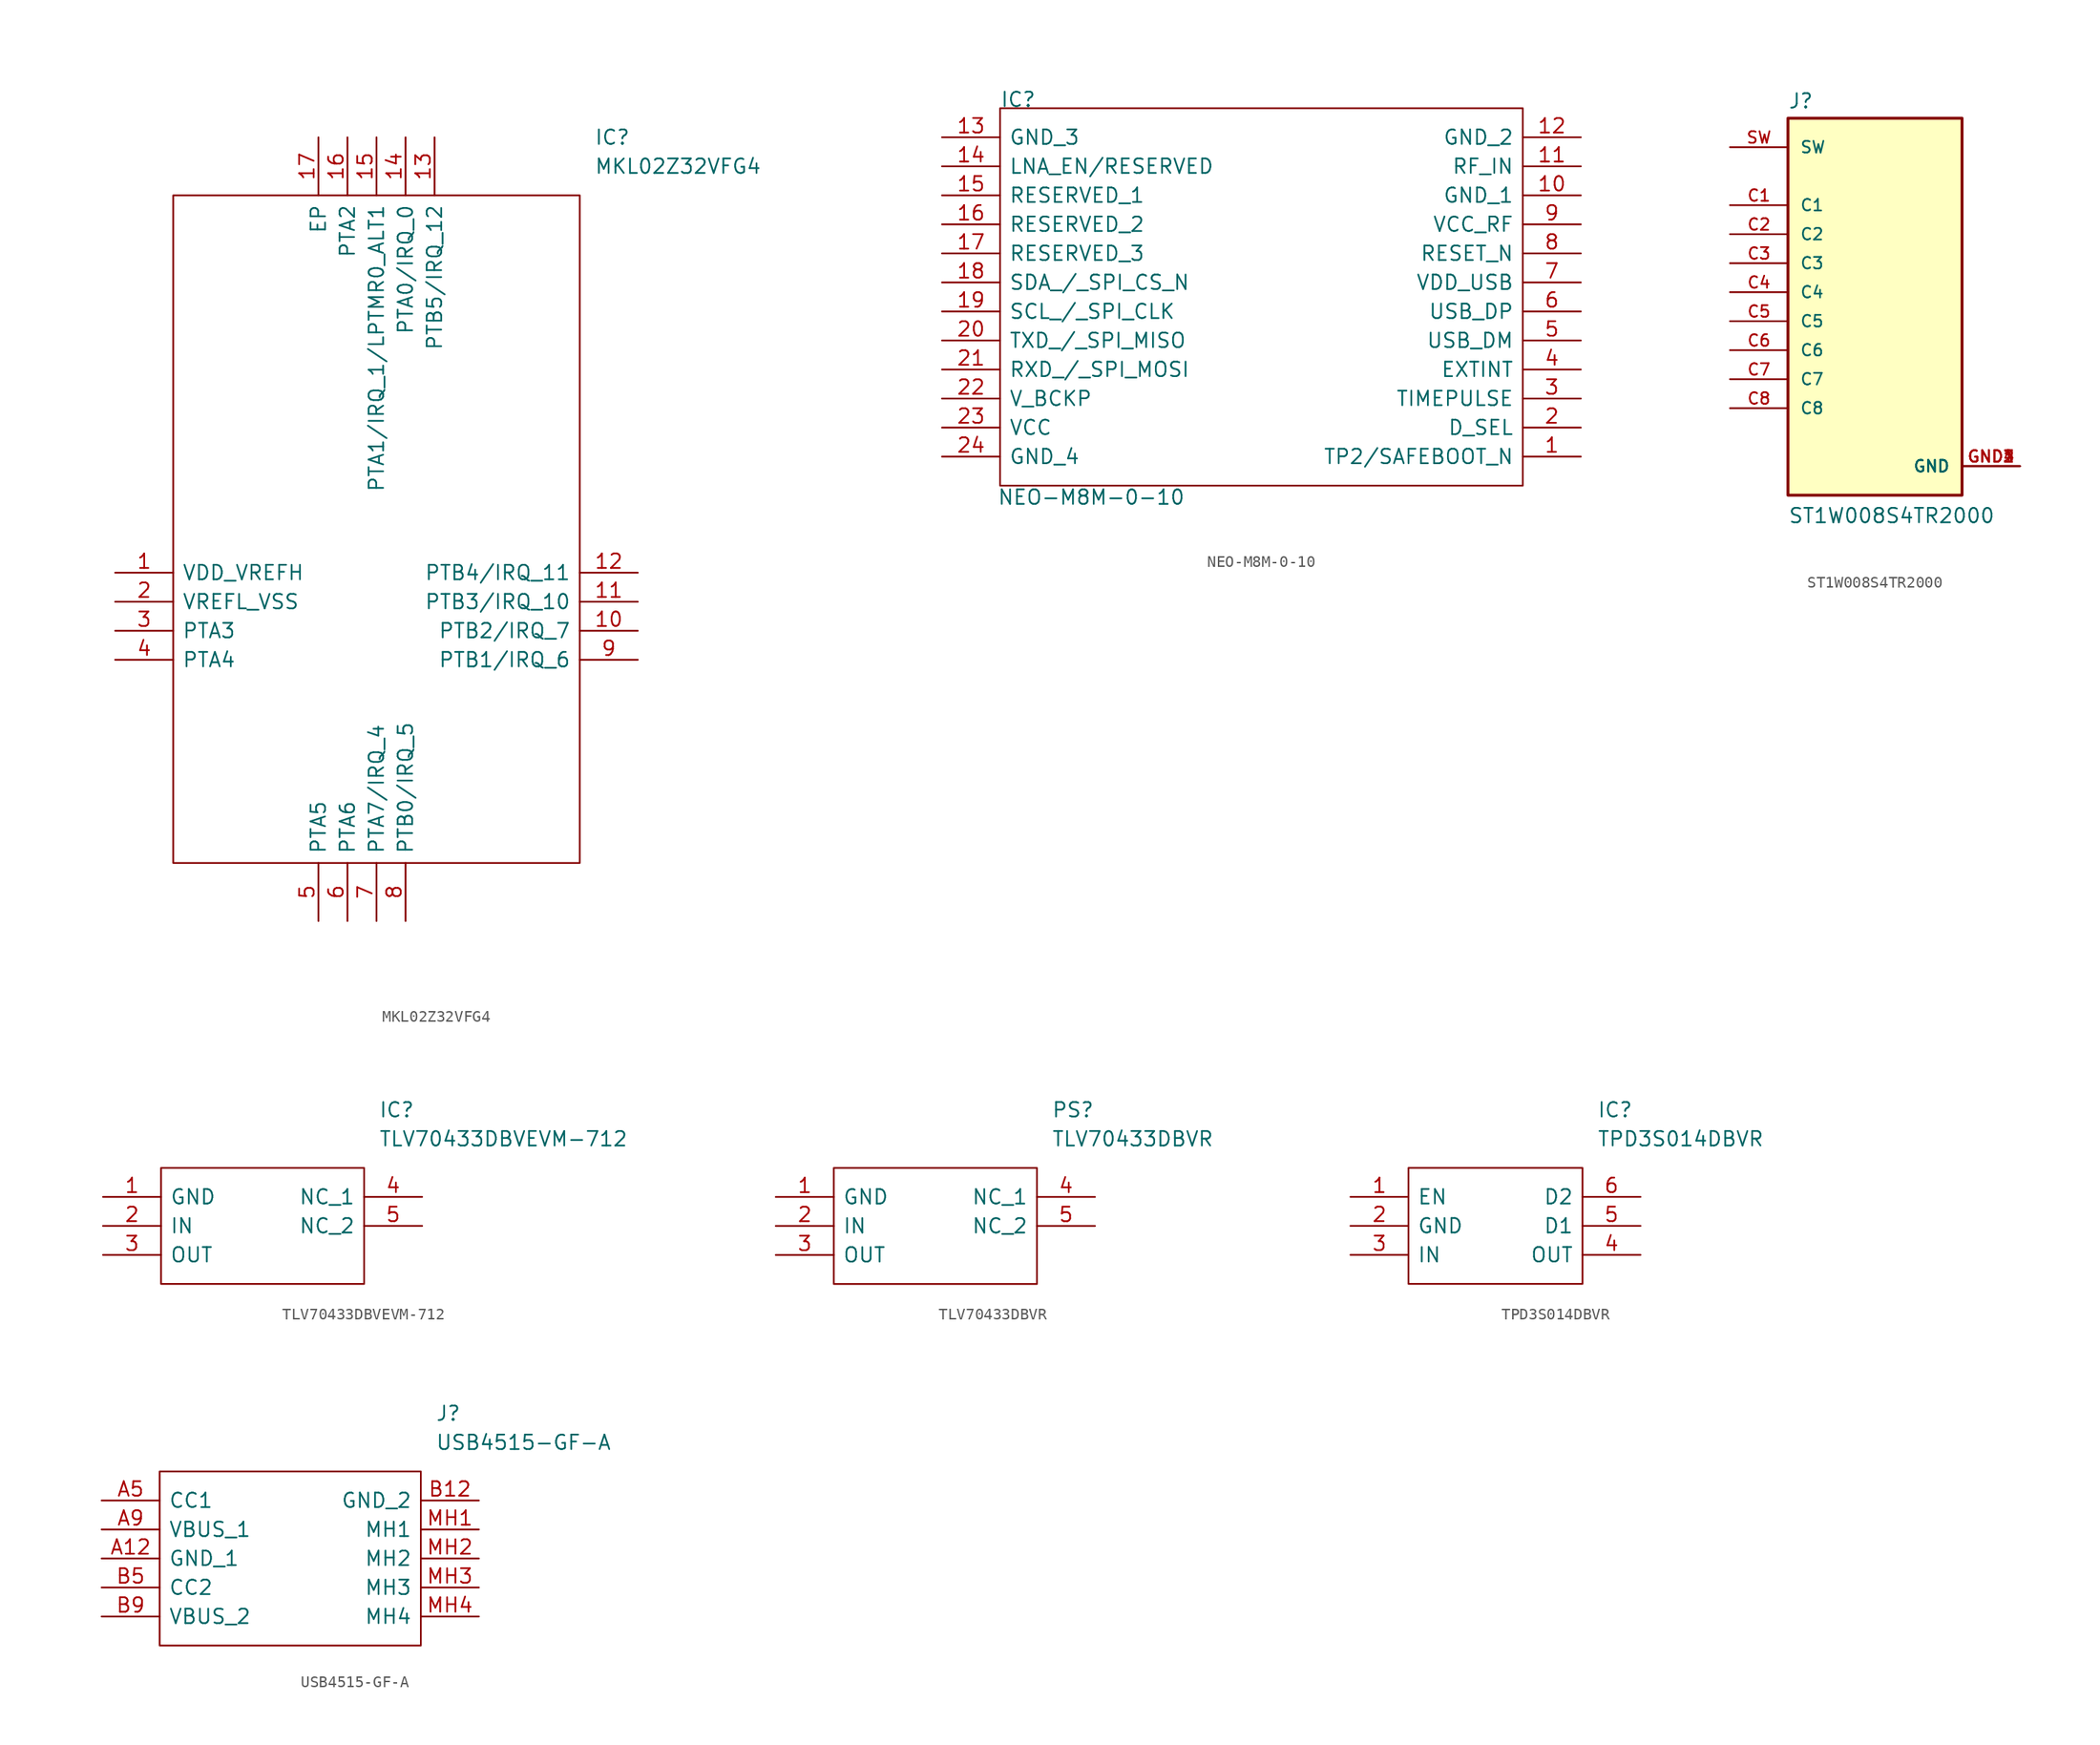
<source format=kicad_sym>
(kicad_symbol_lib
  (version 20241209)
  (generator "kicad_symbol_editor")
  (generator_version "9.0")
  (symbol "MKL02Z32VFG4"
    (pin_names
      (offset 0.762))
    (property "Reference" "IC"
      (at 41.91 38.1 0)
      (effects (font (size 1.27 1.27)) (justify left)))
    (property "Value" "MKL02Z32VFG4"
      (at 41.91 35.56 0)
      (effects (font (size 1.27 1.27)) (justify left)))
    (symbol "MKL02Z32VFG4_0_0"
      (pin passive line (at 0 0 0) (length 5.08) (name "VDD_VREFH" (effects (font (size 1.27 1.27)))) (number "1" (effects (font (size 1.27 1.27)))))
      (pin passive line (at 0 -2.54 0) (length 5.08) (name "VREFL_VSS" (effects (font (size 1.27 1.27)))) (number "2" (effects (font (size 1.27 1.27)))))
      (pin passive line (at 0 -5.08 0) (length 5.08) (name "PTA3" (effects (font (size 1.27 1.27)))) (number "3" (effects (font (size 1.27 1.27)))))
      (pin passive line (at 0 -7.62 0) (length 5.08) (name "PTA4" (effects (font (size 1.27 1.27)))) (number "4" (effects (font (size 1.27 1.27)))))
      (pin passive line (at 17.78 38.1 270) (length 5.08) (name "EP" (effects (font (size 1.27 1.27)))) (number "17" (effects (font (size 1.27 1.27)))))
      (pin passive line (at 17.78 -30.48 90) (length 5.08) (name "PTA5" (effects (font (size 1.27 1.27)))) (number "5" (effects (font (size 1.27 1.27)))))
      (pin passive line (at 20.32 38.1 270) (length 5.08) (name "PTA2" (effects (font (size 1.27 1.27)))) (number "16" (effects (font (size 1.27 1.27)))))
      (pin passive line (at 20.32 -30.48 90) (length 5.08) (name "PTA6" (effects (font (size 1.27 1.27)))) (number "6" (effects (font (size 1.27 1.27)))))
      (pin passive line (at 22.86 38.1 270) (length 5.08) (name "PTA1/IRQ_1/LPTMR0_ALT1" (effects (font (size 1.27 1.27)))) (number "15" (effects (font (size 1.27 1.27)))))
      (pin passive line (at 22.86 -30.48 90) (length 5.08) (name "PTA7/IRQ_4" (effects (font (size 1.27 1.27)))) (number "7" (effects (font (size 1.27 1.27)))))
      (pin passive line (at 25.4 38.1 270) (length 5.08) (name "PTA0/IRQ_0" (effects (font (size 1.27 1.27)))) (number "14" (effects (font (size 1.27 1.27)))))
      (pin passive line (at 25.4 -30.48 90) (length 5.08) (name "PTB0/IRQ_5" (effects (font (size 1.27 1.27)))) (number "8" (effects (font (size 1.27 1.27)))))
      (pin passive line (at 27.94 38.1 270) (length 5.08) (name "PTB5/IRQ_12" (effects (font (size 1.27 1.27)))) (number "13" (effects (font (size 1.27 1.27)))))
      (pin passive line (at 45.72 0 180) (length 5.08) (name "PTB4/IRQ_11" (effects (font (size 1.27 1.27)))) (number "12" (effects (font (size 1.27 1.27)))))
      (pin passive line (at 45.72 -2.54 180) (length 5.08) (name "PTB3/IRQ_10" (effects (font (size 1.27 1.27)))) (number "11" (effects (font (size 1.27 1.27)))))
      (pin passive line (at 45.72 -5.08 180) (length 5.08) (name "PTB2/IRQ_7" (effects (font (size 1.27 1.27)))) (number "10" (effects (font (size 1.27 1.27)))))
      (pin passive line (at 45.72 -7.62 180) (length 5.08) (name "PTB1/IRQ_6" (effects (font (size 1.27 1.27)))) (number "9" (effects (font (size 1.27 1.27))))))
    (symbol "MKL02Z32VFG4_0_1"
      (polyline (pts (xy 5.08 33.02) (xy 40.64 33.02) (xy 40.64 -25.4) (xy 5.08 -25.4) (xy 5.08 33.02)) (stroke (width 0.152) (type solid)) (fill (type none)))))
  (symbol "NEO-M8M-0-10"
    (pin_names
      (offset 0.762))
    (property "Reference" "IC"
      (at 5.08 3.302 0)
      (effects (font (size 1.27 1.27)) (justify left)))
    (property "Value" "NEO-M8M-0-10"
      (at 4.826 -31.496 0)
      (effects (font (size 1.27 1.27)) (justify left)))
    (symbol "NEO-M8M-0-10_0_0"
      (pin passive line (at 0 0 0) (length 5.08) (name "GND_3" (effects (font (size 1.27 1.27)))) (number "13" (effects (font (size 1.27 1.27)))))
      (pin passive line (at 0 -2.54 0) (length 5.08) (name "LNA_EN/RESERVED" (effects (font (size 1.27 1.27)))) (number "14" (effects (font (size 1.27 1.27)))))
      (pin passive line (at 0 -5.08 0) (length 5.08) (name "RESERVED_1" (effects (font (size 1.27 1.27)))) (number "15" (effects (font (size 1.27 1.27)))))
      (pin passive line (at 0 -7.62 0) (length 5.08) (name "RESERVED_2" (effects (font (size 1.27 1.27)))) (number "16" (effects (font (size 1.27 1.27)))))
      (pin passive line (at 0 -10.16 0) (length 5.08) (name "RESERVED_3" (effects (font (size 1.27 1.27)))) (number "17" (effects (font (size 1.27 1.27)))))
      (pin passive line (at 0 -12.7 0) (length 5.08) (name "SDA_/_SPI_CS_N" (effects (font (size 1.27 1.27)))) (number "18" (effects (font (size 1.27 1.27)))))
      (pin passive line (at 0 -15.24 0) (length 5.08) (name "SCL_/_SPI_CLK" (effects (font (size 1.27 1.27)))) (number "19" (effects (font (size 1.27 1.27)))))
      (pin passive line (at 0 -17.78 0) (length 5.08) (name "TXD_/_SPI_MISO" (effects (font (size 1.27 1.27)))) (number "20" (effects (font (size 1.27 1.27)))))
      (pin passive line (at 0 -20.32 0) (length 5.08) (name "RXD_/_SPI_MOSI" (effects (font (size 1.27 1.27)))) (number "21" (effects (font (size 1.27 1.27)))))
      (pin passive line (at 0 -22.86 0) (length 5.08) (name "V_BCKP" (effects (font (size 1.27 1.27)))) (number "22" (effects (font (size 1.27 1.27)))))
      (pin passive line (at 0 -25.4 0) (length 5.08) (name "VCC" (effects (font (size 1.27 1.27)))) (number "23" (effects (font (size 1.27 1.27)))))
      (pin passive line (at 0 -27.94 0) (length 5.08) (name "GND_4" (effects (font (size 1.27 1.27)))) (number "24" (effects (font (size 1.27 1.27)))))
      (pin passive line (at 55.88 0 180) (length 5.08) (name "GND_2" (effects (font (size 1.27 1.27)))) (number "12" (effects (font (size 1.27 1.27)))))
      (pin passive line (at 55.88 -2.54 180) (length 5.08) (name "RF_IN" (effects (font (size 1.27 1.27)))) (number "11" (effects (font (size 1.27 1.27)))))
      (pin passive line (at 55.88 -5.08 180) (length 5.08) (name "GND_1" (effects (font (size 1.27 1.27)))) (number "10" (effects (font (size 1.27 1.27)))))
      (pin passive line (at 55.88 -7.62 180) (length 5.08) (name "VCC_RF" (effects (font (size 1.27 1.27)))) (number "9" (effects (font (size 1.27 1.27)))))
      (pin passive line (at 55.88 -10.16 180) (length 5.08) (name "RESET_N" (effects (font (size 1.27 1.27)))) (number "8" (effects (font (size 1.27 1.27)))))
      (pin passive line (at 55.88 -12.7 180) (length 5.08) (name "VDD_USB" (effects (font (size 1.27 1.27)))) (number "7" (effects (font (size 1.27 1.27)))))
      (pin passive line (at 55.88 -15.24 180) (length 5.08) (name "USB_DP" (effects (font (size 1.27 1.27)))) (number "6" (effects (font (size 1.27 1.27)))))
      (pin passive line (at 55.88 -17.78 180) (length 5.08) (name "USB_DM" (effects (font (size 1.27 1.27)))) (number "5" (effects (font (size 1.27 1.27)))))
      (pin passive line (at 55.88 -20.32 180) (length 5.08) (name "EXTINT" (effects (font (size 1.27 1.27)))) (number "4" (effects (font (size 1.27 1.27)))))
      (pin passive line (at 55.88 -22.86 180) (length 5.08) (name "TIMEPULSE" (effects (font (size 1.27 1.27)))) (number "3" (effects (font (size 1.27 1.27)))))
      (pin passive line (at 55.88 -25.4 180) (length 5.08) (name "D_SEL" (effects (font (size 1.27 1.27)))) (number "2" (effects (font (size 1.27 1.27)))))
      (pin passive line (at 55.88 -27.94 180) (length 5.08) (name "TP2/SAFEBOOT_N" (effects (font (size 1.27 1.27)))) (number "1" (effects (font (size 1.27 1.27))))))
    (symbol "NEO-M8M-0-10_0_1"
      (polyline (pts (xy 5.08 2.54) (xy 50.8 2.54) (xy 50.8 -30.48) (xy 5.08 -30.48) (xy 5.08 2.54)) (stroke (width 0.152) (type solid)) (fill (type none)))))
  (symbol "ST1W008S4TR2000"
    (pin_names
      (offset 1.016))
    (property "Reference" "J"
      (at -7.62 16.002 0)
      (effects (font (size 1.27 1.27)) (justify left bottom)))
    (property "Value" "ST1W008S4TR2000"
      (at -7.62 -20.32 0)
      (effects (font (size 1.27 1.27)) (justify left bottom)))
    (symbol "ST1W008S4TR2000_0_0"
      (rectangle (start -7.62 -17.78) (end 7.62 15.24) (stroke (width 0.254) (type default)) (fill (type background)))
      (pin input line (at -12.7 12.7 0) (length 5.08) (name "SW" (effects (font (size 1.016 1.016)))) (number "SW" (effects (font (size 1.016 1.016)))))
      (pin passive line (at -12.7 7.62 0) (length 5.08) (name "C1" (effects (font (size 1.016 1.016)))) (number "C1" (effects (font (size 1.016 1.016)))))
      (pin passive line (at -12.7 5.08 0) (length 5.08) (name "C2" (effects (font (size 1.016 1.016)))) (number "C2" (effects (font (size 1.016 1.016)))))
      (pin passive line (at -12.7 2.54 0) (length 5.08) (name "C3" (effects (font (size 1.016 1.016)))) (number "C3" (effects (font (size 1.016 1.016)))))
      (pin passive line (at -12.7 0 0) (length 5.08) (name "C4" (effects (font (size 1.016 1.016)))) (number "C4" (effects (font (size 1.016 1.016)))))
      (pin passive line (at -12.7 -2.54 0) (length 5.08) (name "C5" (effects (font (size 1.016 1.016)))) (number "C5" (effects (font (size 1.016 1.016)))))
      (pin passive line (at -12.7 -5.08 0) (length 5.08) (name "C6" (effects (font (size 1.016 1.016)))) (number "C6" (effects (font (size 1.016 1.016)))))
      (pin passive line (at -12.7 -7.62 0) (length 5.08) (name "C7" (effects (font (size 1.016 1.016)))) (number "C7" (effects (font (size 1.016 1.016)))))
      (pin passive line (at -12.7 -10.16 0) (length 5.08) (name "C8" (effects (font (size 1.016 1.016)))) (number "C8" (effects (font (size 1.016 1.016)))))
      (pin power_in line (at 12.7 -15.24 180) (length 5.08) (name "GND" (effects (font (size 1.016 1.016)))) (number "GND1" (effects (font (size 1.016 1.016)))))
      (pin power_in line (at 12.7 -15.24 180) (length 5.08) (name "GND" (effects (font (size 1.016 1.016)))) (number "GND2" (effects (font (size 1.016 1.016)))))
      (pin power_in line (at 12.7 -15.24 180) (length 5.08) (name "GND" (effects (font (size 1.016 1.016)))) (number "GND3" (effects (font (size 1.016 1.016)))))
      (pin power_in line (at 12.7 -15.24 180) (length 5.08) (name "GND" (effects (font (size 1.016 1.016)))) (number "GND4" (effects (font (size 1.016 1.016)))))))
  (symbol "TLV70433DBVEVM-712"
    (pin_names
      (offset 0.762))
    (property "Reference" "IC"
      (at 24.13 7.62 0)
      (effects (font (size 1.27 1.27)) (justify left)))
    (property "Value" "TLV70433DBVEVM-712"
      (at 24.13 5.08 0)
      (effects (font (size 1.27 1.27)) (justify left)))
    (symbol "TLV70433DBVEVM-712_0_0"
      (pin passive line (at 0 0 0) (length 5.08) (name "GND" (effects (font (size 1.27 1.27)))) (number "1" (effects (font (size 1.27 1.27)))))
      (pin passive line (at 0 -2.54 0) (length 5.08) (name "IN" (effects (font (size 1.27 1.27)))) (number "2" (effects (font (size 1.27 1.27)))))
      (pin passive line (at 0 -5.08 0) (length 5.08) (name "OUT" (effects (font (size 1.27 1.27)))) (number "3" (effects (font (size 1.27 1.27)))))
      (pin passive line (at 27.94 0 180) (length 5.08) (name "NC_1" (effects (font (size 1.27 1.27)))) (number "4" (effects (font (size 1.27 1.27)))))
      (pin passive line (at 27.94 -2.54 180) (length 5.08) (name "NC_2" (effects (font (size 1.27 1.27)))) (number "5" (effects (font (size 1.27 1.27))))))
    (symbol "TLV70433DBVEVM-712_0_1"
      (polyline (pts (xy 5.08 2.54) (xy 22.86 2.54) (xy 22.86 -7.62) (xy 5.08 -7.62) (xy 5.08 2.54)) (stroke (width 0.152) (type solid)) (fill (type none)))))
  (symbol "TLV70433DBVR"
    (pin_names
      (offset 0.762))
    (property "Reference" "PS"
      (at 24.13 7.62 0)
      (effects (font (size 1.27 1.27)) (justify left)))
    (property "Value" "TLV70433DBVR"
      (at 24.13 5.08 0)
      (effects (font (size 1.27 1.27)) (justify left)))
    (symbol "TLV70433DBVR_0_0"
      (pin power_in line (at 0 0 0) (length 5.08) (name "GND" (effects (font (size 1.27 1.27)))) (number "1" (effects (font (size 1.27 1.27)))))
      (pin power_in line (at 0 -2.54 0) (length 5.08) (name "IN" (effects (font (size 1.27 1.27)))) (number "2" (effects (font (size 1.27 1.27)))))
      (pin power_in line (at 0 -5.08 0) (length 5.08) (name "OUT" (effects (font (size 1.27 1.27)))) (number "3" (effects (font (size 1.27 1.27)))))
      (pin passive line (at 27.94 0 180) (length 5.08) (name "NC_1" (effects (font (size 1.27 1.27)))) (number "4" (effects (font (size 1.27 1.27)))))
      (pin passive line (at 27.94 -2.54 180) (length 5.08) (name "NC_2" (effects (font (size 1.27 1.27)))) (number "5" (effects (font (size 1.27 1.27))))))
    (symbol "TLV70433DBVR_0_1"
      (polyline (pts (xy 5.08 2.54) (xy 22.86 2.54) (xy 22.86 -7.62) (xy 5.08 -7.62) (xy 5.08 2.54)) (stroke (width 0.152) (type solid)) (fill (type none)))))
  (symbol "TPD3S014DBVR"
    (pin_names
      (offset 0.762))
    (property "Reference" "IC"
      (at 21.59 7.62 0)
      (effects (font (size 1.27 1.27)) (justify left)))
    (property "Value" "TPD3S014DBVR"
      (at 21.59 5.08 0)
      (effects (font (size 1.27 1.27)) (justify left)))
    (symbol "TPD3S014DBVR_0_0"
      (pin passive line (at 0 0 0) (length 5.08) (name "EN" (effects (font (size 1.27 1.27)))) (number "1" (effects (font (size 1.27 1.27)))))
      (pin passive line (at 0 -2.54 0) (length 5.08) (name "GND" (effects (font (size 1.27 1.27)))) (number "2" (effects (font (size 1.27 1.27)))))
      (pin passive line (at 0 -5.08 0) (length 5.08) (name "IN" (effects (font (size 1.27 1.27)))) (number "3" (effects (font (size 1.27 1.27)))))
      (pin passive line (at 25.4 0 180) (length 5.08) (name "D2" (effects (font (size 1.27 1.27)))) (number "6" (effects (font (size 1.27 1.27)))))
      (pin passive line (at 25.4 -2.54 180) (length 5.08) (name "D1" (effects (font (size 1.27 1.27)))) (number "5" (effects (font (size 1.27 1.27)))))
      (pin passive line (at 25.4 -5.08 180) (length 5.08) (name "OUT" (effects (font (size 1.27 1.27)))) (number "4" (effects (font (size 1.27 1.27))))))
    (symbol "TPD3S014DBVR_0_1"
      (polyline (pts (xy 5.08 2.54) (xy 20.32 2.54) (xy 20.32 -7.62) (xy 5.08 -7.62) (xy 5.08 2.54)) (stroke (width 0.152) (type solid)) (fill (type none)))))
  (symbol "USB4515-GF-A"
    (pin_names
      (offset 0.762))
    (property "Reference" "J"
      (at 29.21 7.62 0)
      (effects (font (size 1.27 1.27)) (justify left)))
    (property "Value" "USB4515-GF-A"
      (at 29.21 5.08 0)
      (effects (font (size 1.27 1.27)) (justify left)))
    (symbol "USB4515-GF-A_0_0"
      (pin passive line (at 0 0 0) (length 5.08) (name "CC1" (effects (font (size 1.27 1.27)))) (number "A5" (effects (font (size 1.27 1.27)))))
      (pin passive line (at 0 -2.54 0) (length 5.08) (name "VBUS_1" (effects (font (size 1.27 1.27)))) (number "A9" (effects (font (size 1.27 1.27)))))
      (pin passive line (at 0 -5.08 0) (length 5.08) (name "GND_1" (effects (font (size 1.27 1.27)))) (number "A12" (effects (font (size 1.27 1.27)))))
      (pin passive line (at 0 -7.62 0) (length 5.08) (name "CC2" (effects (font (size 1.27 1.27)))) (number "B5" (effects (font (size 1.27 1.27)))))
      (pin passive line (at 0 -10.16 0) (length 5.08) (name "VBUS_2" (effects (font (size 1.27 1.27)))) (number "B9" (effects (font (size 1.27 1.27)))))
      (pin passive line (at 33.02 0 180) (length 5.08) (name "GND_2" (effects (font (size 1.27 1.27)))) (number "B12" (effects (font (size 1.27 1.27)))))
      (pin passive line (at 33.02 -2.54 180) (length 5.08) (name "MH1" (effects (font (size 1.27 1.27)))) (number "MH1" (effects (font (size 1.27 1.27)))))
      (pin passive line (at 33.02 -5.08 180) (length 5.08) (name "MH2" (effects (font (size 1.27 1.27)))) (number "MH2" (effects (font (size 1.27 1.27)))))
      (pin passive line (at 33.02 -7.62 180) (length 5.08) (name "MH3" (effects (font (size 1.27 1.27)))) (number "MH3" (effects (font (size 1.27 1.27)))))
      (pin passive line (at 33.02 -10.16 180) (length 5.08) (name "MH4" (effects (font (size 1.27 1.27)))) (number "MH4" (effects (font (size 1.27 1.27))))))
    (symbol "USB4515-GF-A_0_1"
      (polyline (pts (xy 5.08 2.54) (xy 27.94 2.54) (xy 27.94 -12.7) (xy 5.08 -12.7) (xy 5.08 2.54)) (stroke (width 0.152) (type solid)) (fill (type none))))))
</source>
